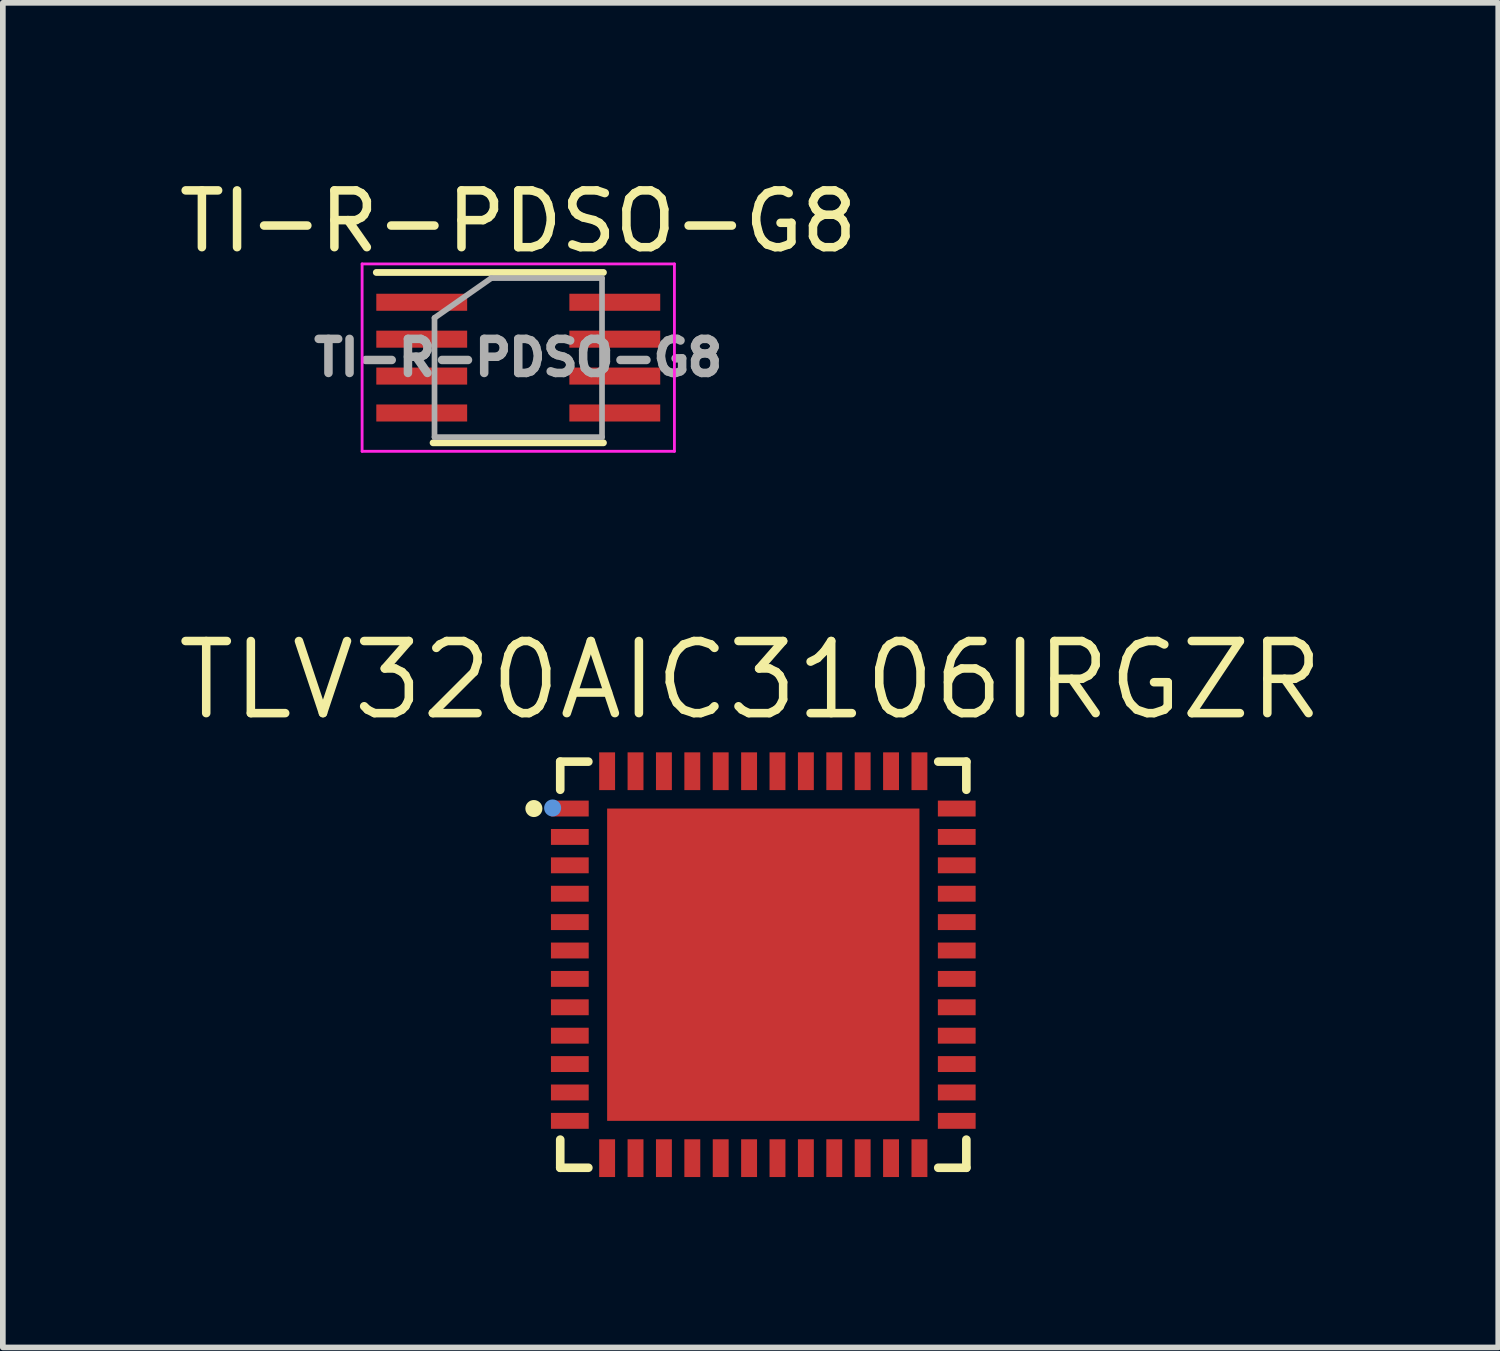
<source format=kicad_pcb>
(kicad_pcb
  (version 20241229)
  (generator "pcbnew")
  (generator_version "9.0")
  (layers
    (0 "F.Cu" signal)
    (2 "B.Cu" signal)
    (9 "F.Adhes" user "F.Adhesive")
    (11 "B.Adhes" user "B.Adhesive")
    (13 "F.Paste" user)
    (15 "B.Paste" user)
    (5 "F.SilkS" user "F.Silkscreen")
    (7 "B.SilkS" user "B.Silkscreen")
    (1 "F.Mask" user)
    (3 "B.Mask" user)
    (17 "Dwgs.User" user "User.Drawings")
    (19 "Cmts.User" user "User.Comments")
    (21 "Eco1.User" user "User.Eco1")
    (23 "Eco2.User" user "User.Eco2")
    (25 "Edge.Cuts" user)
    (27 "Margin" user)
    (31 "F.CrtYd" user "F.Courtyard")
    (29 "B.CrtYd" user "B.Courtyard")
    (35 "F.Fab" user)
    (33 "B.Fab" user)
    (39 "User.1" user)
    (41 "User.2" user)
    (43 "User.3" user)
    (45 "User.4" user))
  (footprint "TLV320AIC3106IRGZR"
    (layer "F.Cu")
    (at 10.392 13.939)
    (property "Reference" "TLV320AIC3106IRGZR" (at -0.225 -5.01 0) (layer "F.SilkS") (effects (font (size 1.27 1.27) (thickness 0.15))))
    (attr smd)
    (fp_line (start -3.576 -3.576) (end -3.576 -3.081) (stroke (width 0.152) (type solid)) (layer "F.SilkS"))
    (fp_line (start -3.576 3.576) (end -3.576 3.081) (stroke (width 0.152) (type solid)) (layer "F.SilkS"))
    (fp_line (start -3.081 -3.576) (end -3.576 -3.576) (stroke (width 0.152) (type solid)) (layer "F.SilkS"))
    (fp_line (start -3.081 3.576) (end -3.576 3.576) (stroke (width 0.152) (type solid)) (layer "F.SilkS"))
    (fp_line (start 3.081 -3.576) (end 3.576 -3.576) (stroke (width 0.152) (type solid)) (layer "F.SilkS"))
    (fp_line (start 3.081 3.576) (end 3.576 3.576) (stroke (width 0.152) (type solid)) (layer "F.SilkS"))
    (fp_line (start 3.576 -3.576) (end 3.576 -3.081) (stroke (width 0.152) (type solid)) (layer "F.SilkS"))
    (fp_line (start 3.576 3.576) (end 3.576 3.081) (stroke (width 0.152) (type solid)) (layer "F.SilkS"))
    (fp_circle (center -4.04 -2.75) (end -3.965 -2.75) (stroke (width 0.15) (type solid)) (fill no) (layer "F.SilkS"))
    (fp_poly (pts (xy -3.74 -2.89) (xy -3.075 -2.89) (xy -3.075 -2.61) (xy -3.74 -2.61)) (stroke (width 0) (type solid)) (fill yes) (layer "F.Paste"))
    (fp_poly (pts (xy -3.74 -2.39) (xy -3.075 -2.39) (xy -3.075 -2.11) (xy -3.74 -2.11)) (stroke (width 0) (type solid)) (fill yes) (layer "F.Paste"))
    (fp_poly (pts (xy -3.74 -1.89) (xy -3.075 -1.89) (xy -3.075 -1.61) (xy -3.74 -1.61)) (stroke (width 0) (type solid)) (fill yes) (layer "F.Paste"))
    (fp_poly (pts (xy -3.74 -1.39) (xy -3.075 -1.39) (xy -3.075 -1.11) (xy -3.74 -1.11)) (stroke (width 0) (type solid)) (fill yes) (layer "F.Paste"))
    (fp_poly (pts (xy -3.74 -0.89) (xy -3.075 -0.89) (xy -3.075 -0.61) (xy -3.74 -0.61)) (stroke (width 0) (type solid)) (fill yes) (layer "F.Paste"))
    (fp_poly (pts (xy -3.74 -0.39) (xy -3.075 -0.39) (xy -3.075 -0.11) (xy -3.74 -0.11)) (stroke (width 0) (type solid)) (fill yes) (layer "F.Paste"))
    (fp_poly (pts (xy -3.74 0.11) (xy -3.075 0.11) (xy -3.075 0.39) (xy -3.74 0.39)) (stroke (width 0) (type solid)) (fill yes) (layer "F.Paste"))
    (fp_poly (pts (xy -3.74 0.61) (xy -3.075 0.61) (xy -3.075 0.89) (xy -3.74 0.89)) (stroke (width 0) (type solid)) (fill yes) (layer "F.Paste"))
    (fp_poly (pts (xy -3.74 1.11) (xy -3.075 1.11) (xy -3.075 1.39) (xy -3.74 1.39)) (stroke (width 0) (type solid)) (fill yes) (layer "F.Paste"))
    (fp_poly (pts (xy -3.74 1.61) (xy -3.075 1.61) (xy -3.075 1.89) (xy -3.74 1.89)) (stroke (width 0) (type solid)) (fill yes) (layer "F.Paste"))
    (fp_poly (pts (xy -3.74 2.11) (xy -3.075 2.11) (xy -3.075 2.39) (xy -3.74 2.39)) (stroke (width 0) (type solid)) (fill yes) (layer "F.Paste"))
    (fp_poly (pts (xy -3.74 2.61) (xy -3.075 2.61) (xy -3.075 2.89) (xy -3.74 2.89)) (stroke (width 0) (type solid)) (fill yes) (layer "F.Paste"))
    (fp_poly (pts (xy -2.89 -3.74) (xy -2.61 -3.74) (xy -2.61 -3.075) (xy -2.89 -3.075)) (stroke (width 0) (type solid)) (fill yes) (layer "F.Paste"))
    (fp_poly (pts (xy -2.89 3.075) (xy -2.61 3.075) (xy -2.61 3.74) (xy -2.89 3.74)) (stroke (width 0) (type solid)) (fill yes) (layer "F.Paste"))
    (fp_poly (pts (xy -2.39 -3.74) (xy -2.11 -3.74) (xy -2.11 -3.075) (xy -2.39 -3.075)) (stroke (width 0) (type solid)) (fill yes) (layer "F.Paste"))
    (fp_poly (pts (xy -2.39 3.075) (xy -2.11 3.075) (xy -2.11 3.74) (xy -2.39 3.74)) (stroke (width 0) (type solid)) (fill yes) (layer "F.Paste"))
    (fp_poly (pts (xy -2.2 -2.2) (xy 2.2 -2.2) (xy 2.2 2.2) (xy -2.2 2.2)) (stroke (width 0) (type solid)) (fill yes) (layer "F.Paste"))
    (fp_poly (pts (xy -1.89 -3.74) (xy -1.61 -3.74) (xy -1.61 -3.075) (xy -1.89 -3.075)) (stroke (width 0) (type solid)) (fill yes) (layer "F.Paste"))
    (fp_poly (pts (xy -1.89 3.075) (xy -1.61 3.075) (xy -1.61 3.74) (xy -1.89 3.74)) (stroke (width 0) (type solid)) (fill yes) (layer "F.Paste"))
    (fp_poly (pts (xy -1.39 -3.74) (xy -1.11 -3.74) (xy -1.11 -3.075) (xy -1.39 -3.075)) (stroke (width 0) (type solid)) (fill yes) (layer "F.Paste"))
    (fp_poly (pts (xy -1.39 3.075) (xy -1.11 3.075) (xy -1.11 3.74) (xy -1.39 3.74)) (stroke (width 0) (type solid)) (fill yes) (layer "F.Paste"))
    (fp_poly (pts (xy -0.89 -3.74) (xy -0.61 -3.74) (xy -0.61 -3.075) (xy -0.89 -3.075)) (stroke (width 0) (type solid)) (fill yes) (layer "F.Paste"))
    (fp_poly (pts (xy -0.89 3.075) (xy -0.61 3.075) (xy -0.61 3.74) (xy -0.89 3.74)) (stroke (width 0) (type solid)) (fill yes) (layer "F.Paste"))
    (fp_poly (pts (xy -0.39 -3.74) (xy -0.11 -3.74) (xy -0.11 -3.075) (xy -0.39 -3.075)) (stroke (width 0) (type solid)) (fill yes) (layer "F.Paste"))
    (fp_poly (pts (xy -0.39 3.075) (xy -0.11 3.075) (xy -0.11 3.74) (xy -0.39 3.74)) (stroke (width 0) (type solid)) (fill yes) (layer "F.Paste"))
    (fp_poly (pts (xy 0.11 -3.74) (xy 0.39 -3.74) (xy 0.39 -3.075) (xy 0.11 -3.075)) (stroke (width 0) (type solid)) (fill yes) (layer "F.Paste"))
    (fp_poly (pts (xy 0.11 3.075) (xy 0.39 3.075) (xy 0.39 3.74) (xy 0.11 3.74)) (stroke (width 0) (type solid)) (fill yes) (layer "F.Paste"))
    (fp_poly (pts (xy 0.61 -3.74) (xy 0.89 -3.74) (xy 0.89 -3.075) (xy 0.61 -3.075)) (stroke (width 0) (type solid)) (fill yes) (layer "F.Paste"))
    (fp_poly (pts (xy 0.61 3.075) (xy 0.89 3.075) (xy 0.89 3.74) (xy 0.61 3.74)) (stroke (width 0) (type solid)) (fill yes) (layer "F.Paste"))
    (fp_poly (pts (xy 1.11 -3.74) (xy 1.39 -3.74) (xy 1.39 -3.075) (xy 1.11 -3.075)) (stroke (width 0) (type solid)) (fill yes) (layer "F.Paste"))
    (fp_poly (pts (xy 1.11 3.075) (xy 1.39 3.075) (xy 1.39 3.74) (xy 1.11 3.74)) (stroke (width 0) (type solid)) (fill yes) (layer "F.Paste"))
    (fp_poly (pts (xy 1.61 -3.74) (xy 1.89 -3.74) (xy 1.89 -3.075) (xy 1.61 -3.075)) (stroke (width 0) (type solid)) (fill yes) (layer "F.Paste"))
    (fp_poly (pts (xy 1.61 3.075) (xy 1.89 3.075) (xy 1.89 3.74) (xy 1.61 3.74)) (stroke (width 0) (type solid)) (fill yes) (layer "F.Paste"))
    (fp_poly (pts (xy 2.11 -3.74) (xy 2.39 -3.74) (xy 2.39 -3.075) (xy 2.11 -3.075)) (stroke (width 0) (type solid)) (fill yes) (layer "F.Paste"))
    (fp_poly (pts (xy 2.11 3.075) (xy 2.39 3.075) (xy 2.39 3.74) (xy 2.11 3.74)) (stroke (width 0) (type solid)) (fill yes) (layer "F.Paste"))
    (fp_poly (pts (xy 2.61 -3.74) (xy 2.89 -3.74) (xy 2.89 -3.075) (xy 2.61 -3.075)) (stroke (width 0) (type solid)) (fill yes) (layer "F.Paste"))
    (fp_poly (pts (xy 2.61 3.075) (xy 2.89 3.075) (xy 2.89 3.74) (xy 2.61 3.74)) (stroke (width 0) (type solid)) (fill yes) (layer "F.Paste"))
    (fp_poly (pts (xy 3.075 -2.89) (xy 3.74 -2.89) (xy 3.74 -2.61) (xy 3.075 -2.61)) (stroke (width 0) (type solid)) (fill yes) (layer "F.Paste"))
    (fp_poly (pts (xy 3.075 -2.39) (xy 3.74 -2.39) (xy 3.74 -2.11) (xy 3.075 -2.11)) (stroke (width 0) (type solid)) (fill yes) (layer "F.Paste"))
    (fp_poly (pts (xy 3.075 -1.89) (xy 3.74 -1.89) (xy 3.74 -1.61) (xy 3.075 -1.61)) (stroke (width 0) (type solid)) (fill yes) (layer "F.Paste"))
    (fp_poly (pts (xy 3.075 -1.39) (xy 3.74 -1.39) (xy 3.74 -1.11) (xy 3.075 -1.11)) (stroke (width 0) (type solid)) (fill yes) (layer "F.Paste"))
    (fp_poly (pts (xy 3.075 -0.89) (xy 3.74 -0.89) (xy 3.74 -0.61) (xy 3.075 -0.61)) (stroke (width 0) (type solid)) (fill yes) (layer "F.Paste"))
    (fp_poly (pts (xy 3.075 -0.39) (xy 3.74 -0.39) (xy 3.74 -0.11) (xy 3.075 -0.11)) (stroke (width 0) (type solid)) (fill yes) (layer "F.Paste"))
    (fp_poly (pts (xy 3.075 0.11) (xy 3.74 0.11) (xy 3.74 0.39) (xy 3.075 0.39)) (stroke (width 0) (type solid)) (fill yes) (layer "F.Paste"))
    (fp_poly (pts (xy 3.075 0.61) (xy 3.74 0.61) (xy 3.74 0.89) (xy 3.075 0.89)) (stroke (width 0) (type solid)) (fill yes) (layer "F.Paste"))
    (fp_poly (pts (xy 3.075 1.11) (xy 3.74 1.11) (xy 3.74 1.39) (xy 3.075 1.39)) (stroke (width 0) (type solid)) (fill yes) (layer "F.Paste"))
    (fp_poly (pts (xy 3.075 1.61) (xy 3.74 1.61) (xy 3.74 1.89) (xy 3.075 1.89)) (stroke (width 0) (type solid)) (fill yes) (layer "F.Paste"))
    (fp_poly (pts (xy 3.075 2.11) (xy 3.74 2.11) (xy 3.74 2.39) (xy 3.075 2.39)) (stroke (width 0) (type solid)) (fill yes) (layer "F.Paste"))
    (fp_poly (pts (xy 3.075 2.61) (xy 3.74 2.61) (xy 3.74 2.89) (xy 3.075 2.89)) (stroke (width 0) (type solid)) (fill yes) (layer "F.Paste"))
    (fp_circle (center -3.71 -2.76) (end -3.635 -2.76) (stroke (width 0.15) (type solid)) (fill no) (layer "Cmts.User"))
    (fp_text user "" (at 0 0 0) (layer "Cmts.User") (effects (font (size 1 1) (thickness 0.15))))
    (pad "1" smd rect (at -3.407 -2.75) (size 0.665 0.28) (layers "F.Cu" "F.Mask" "F.Paste"))
    (pad "2" smd rect (at -3.407 -2.25) (size 0.665 0.28) (layers "F.Cu" "F.Mask" "F.Paste"))
    (pad "3" smd rect (at -3.407 -1.75) (size 0.665 0.28) (layers "F.Cu" "F.Mask" "F.Paste"))
    (pad "4" smd rect (at -3.407 -1.25) (size 0.665 0.28) (layers "F.Cu" "F.Mask" "F.Paste"))
    (pad "5" smd rect (at -3.407 -0.75) (size 0.665 0.28) (layers "F.Cu" "F.Mask" "F.Paste"))
    (pad "6" smd rect (at -3.407 -0.25) (size 0.665 0.28) (layers "F.Cu" "F.Mask" "F.Paste"))
    (pad "7" smd rect (at -3.407 0.25) (size 0.665 0.28) (layers "F.Cu" "F.Mask" "F.Paste"))
    (pad "8" smd rect (at -3.407 0.75) (size 0.665 0.28) (layers "F.Cu" "F.Mask" "F.Paste"))
    (pad "9" smd rect (at -3.407 1.25) (size 0.665 0.28) (layers "F.Cu" "F.Mask" "F.Paste"))
    (pad "10" smd rect (at -3.407 1.75) (size 0.665 0.28) (layers "F.Cu" "F.Mask" "F.Paste"))
    (pad "11" smd rect (at -3.407 2.25) (size 0.665 0.28) (layers "F.Cu" "F.Mask" "F.Paste"))
    (pad "12" smd rect (at -3.407 2.75) (size 0.665 0.28) (layers "F.Cu" "F.Mask" "F.Paste"))
    (pad "13" smd rect (at -2.75 3.407) (size 0.28 0.665) (layers "F.Cu" "F.Mask" "F.Paste"))
    (pad "14" smd rect (at -2.25 3.407) (size 0.28 0.665) (layers "F.Cu" "F.Mask" "F.Paste"))
    (pad "15" smd rect (at -1.75 3.407) (size 0.28 0.665) (layers "F.Cu" "F.Mask" "F.Paste"))
    (pad "16" smd rect (at -1.25 3.407) (size 0.28 0.665) (layers "F.Cu" "F.Mask" "F.Paste"))
    (pad "17" smd rect (at -0.75 3.407) (size 0.28 0.665) (layers "F.Cu" "F.Mask" "F.Paste"))
    (pad "18" smd rect (at -0.25 3.407) (size 0.28 0.665) (layers "F.Cu" "F.Mask" "F.Paste"))
    (pad "19" smd rect (at 0.25 3.407) (size 0.28 0.665) (layers "F.Cu" "F.Mask" "F.Paste"))
    (pad "20" smd rect (at 0.75 3.407) (size 0.28 0.665) (layers "F.Cu" "F.Mask" "F.Paste"))
    (pad "21" smd rect (at 1.25 3.407) (size 0.28 0.665) (layers "F.Cu" "F.Mask" "F.Paste"))
    (pad "22" smd rect (at 1.75 3.407) (size 0.28 0.665) (layers "F.Cu" "F.Mask" "F.Paste"))
    (pad "23" smd rect (at 2.25 3.407) (size 0.28 0.665) (layers "F.Cu" "F.Mask" "F.Paste"))
    (pad "24" smd rect (at 2.75 3.407) (size 0.28 0.665) (layers "F.Cu" "F.Mask" "F.Paste"))
    (pad "25" smd rect (at 3.407 2.75) (size 0.665 0.28) (layers "F.Cu" "F.Mask" "F.Paste"))
    (pad "26" smd rect (at 3.407 2.25) (size 0.665 0.28) (layers "F.Cu" "F.Mask" "F.Paste"))
    (pad "27" smd rect (at 3.407 1.75) (size 0.665 0.28) (layers "F.Cu" "F.Mask" "F.Paste"))
    (pad "28" smd rect (at 3.407 1.25) (size 0.665 0.28) (layers "F.Cu" "F.Mask" "F.Paste"))
    (pad "29" smd rect (at 3.407 0.75) (size 0.665 0.28) (layers "F.Cu" "F.Mask" "F.Paste"))
    (pad "30" smd rect (at 3.407 0.25) (size 0.665 0.28) (layers "F.Cu" "F.Mask" "F.Paste"))
    (pad "31" smd rect (at 3.407 -0.25) (size 0.665 0.28) (layers "F.Cu" "F.Mask" "F.Paste"))
    (pad "32" smd rect (at 3.407 -0.75) (size 0.665 0.28) (layers "F.Cu" "F.Mask" "F.Paste"))
    (pad "33" smd rect (at 3.407 -1.25) (size 0.665 0.28) (layers "F.Cu" "F.Mask" "F.Paste"))
    (pad "34" smd rect (at 3.407 -1.75) (size 0.665 0.28) (layers "F.Cu" "F.Mask" "F.Paste"))
    (pad "35" smd rect (at 3.407 -2.25) (size 0.665 0.28) (layers "F.Cu" "F.Mask" "F.Paste"))
    (pad "36" smd rect (at 3.407 -2.75) (size 0.665 0.28) (layers "F.Cu" "F.Mask" "F.Paste"))
    (pad "37" smd rect (at 2.75 -3.407) (size 0.28 0.665) (layers "F.Cu" "F.Mask" "F.Paste"))
    (pad "38" smd rect (at 2.25 -3.407) (size 0.28 0.665) (layers "F.Cu" "F.Mask" "F.Paste"))
    (pad "39" smd rect (at 1.75 -3.407) (size 0.28 0.665) (layers "F.Cu" "F.Mask" "F.Paste"))
    (pad "40" smd rect (at 1.25 -3.407) (size 0.28 0.665) (layers "F.Cu" "F.Mask" "F.Paste"))
    (pad "41" smd rect (at 0.75 -3.407) (size 0.28 0.665) (layers "F.Cu" "F.Mask" "F.Paste"))
    (pad "42" smd rect (at 0.25 -3.407) (size 0.28 0.665) (layers "F.Cu" "F.Mask" "F.Paste"))
    (pad "43" smd rect (at -0.25 -3.407) (size 0.28 0.665) (layers "F.Cu" "F.Mask" "F.Paste"))
    (pad "44" smd rect (at -0.75 -3.407) (size 0.28 0.665) (layers "F.Cu" "F.Mask" "F.Paste"))
    (pad "45" smd rect (at -1.25 -3.407) (size 0.28 0.665) (layers "F.Cu" "F.Mask" "F.Paste"))
    (pad "46" smd rect (at -1.75 -3.407) (size 0.28 0.665) (layers "F.Cu" "F.Mask" "F.Paste"))
    (pad "47" smd rect (at -2.25 -3.407) (size 0.28 0.665) (layers "F.Cu" "F.Mask" "F.Paste"))
    (pad "48" smd rect (at -2.75 -3.407) (size 0.28 0.665) (layers "F.Cu" "F.Mask" "F.Paste"))
    (pad "49" smd rect (at 0 0) (size 5.5 5.5) (layers "F.Cu" "F.Mask" "F.Paste")))
  (footprint "TI-R-PDSO-G8"
    (layer "F.Cu")
    (at 6.077 3.248)
    (property "Reference" "TI-R-PDSO-G8" (at 0 -2.4 0) (layer "F.SilkS") (effects (font (size 1 1) (thickness 0.15))))
    (attr smd)
    (fp_line (start 1.5 -1.5) (end -2.5 -1.5) (stroke (width 0.12) (type solid)) (layer "F.SilkS"))
    (fp_line (start 1.5 1.5) (end -1.5 1.5) (stroke (width 0.12) (type solid)) (layer "F.SilkS"))
    (fp_line (start -2.75 -1.65) (end 2.75 -1.65) (stroke (width 0.05) (type solid)) (layer "F.CrtYd"))
    (fp_line (start -2.75 1.65) (end -2.75 -1.65) (stroke (width 0.05) (type solid)) (layer "F.CrtYd"))
    (fp_line (start 2.75 -1.65) (end 2.75 1.65) (stroke (width 0.05) (type solid)) (layer "F.CrtYd"))
    (fp_line (start 2.75 1.65) (end -2.75 1.65) (stroke (width 0.05) (type solid)) (layer "F.CrtYd"))
    (fp_line (start -1.475 1.4) (end -1.475 -0.7) (stroke (width 0.1) (type solid)) (layer "F.Fab"))
    (fp_line (start -0.475 -1.4) (end -1.475 -0.7) (stroke (width 0.1) (type solid)) (layer "F.Fab"))
    (fp_line (start -0.475 -1.4) (end 1.475 -1.4) (stroke (width 0.1) (type solid)) (layer "F.Fab"))
    (fp_line (start 1.475 -1.4) (end 1.475 1.4) (stroke (width 0.1) (type solid)) (layer "F.Fab"))
    (fp_line (start 1.475 1.4) (end -1.475 1.4) (stroke (width 0.1) (type solid)) (layer "F.Fab"))
    (fp_text user "${REFERENCE}" (at 0 0 0) (layer "F.Fab") (effects (font (size 0.6 0.6) (thickness 0.15))))
    (pad "1" smd rect (at -1.7 -0.975 270) (size 0.3 1.6) (layers "F.Cu" "F.Mask" "F.Paste"))
    (pad "2" smd rect (at -1.7 -0.325 270) (size 0.3 1.6) (layers "F.Cu" "F.Mask" "F.Paste"))
    (pad "3" smd rect (at -1.7 0.325 270) (size 0.3 1.6) (layers "F.Cu" "F.Mask" "F.Paste"))
    (pad "4" smd rect (at -1.7 0.975 270) (size 0.3 1.6) (layers "F.Cu" "F.Mask" "F.Paste"))
    (pad "5" smd rect (at 1.7 0.975 270) (size 0.3 1.6) (layers "F.Cu" "F.Mask" "F.Paste"))
    (pad "6" smd rect (at 1.7 0.325 270) (size 0.3 1.6) (layers "F.Cu" "F.Mask" "F.Paste"))
    (pad "7" smd rect (at 1.7 -0.325 270) (size 0.3 1.6) (layers "F.Cu" "F.Mask" "F.Paste"))
    (pad "8" smd rect (at 1.7 -0.975 270) (size 0.3 1.6) (layers "F.Cu" "F.Mask" "F.Paste")))
  (gr_rect
    (start -3 -3)
    (end 23.335 20.679)
    (stroke (width 0.1) (type default))
    (fill no)
    (layer "Edge.Cuts")))
</source>
